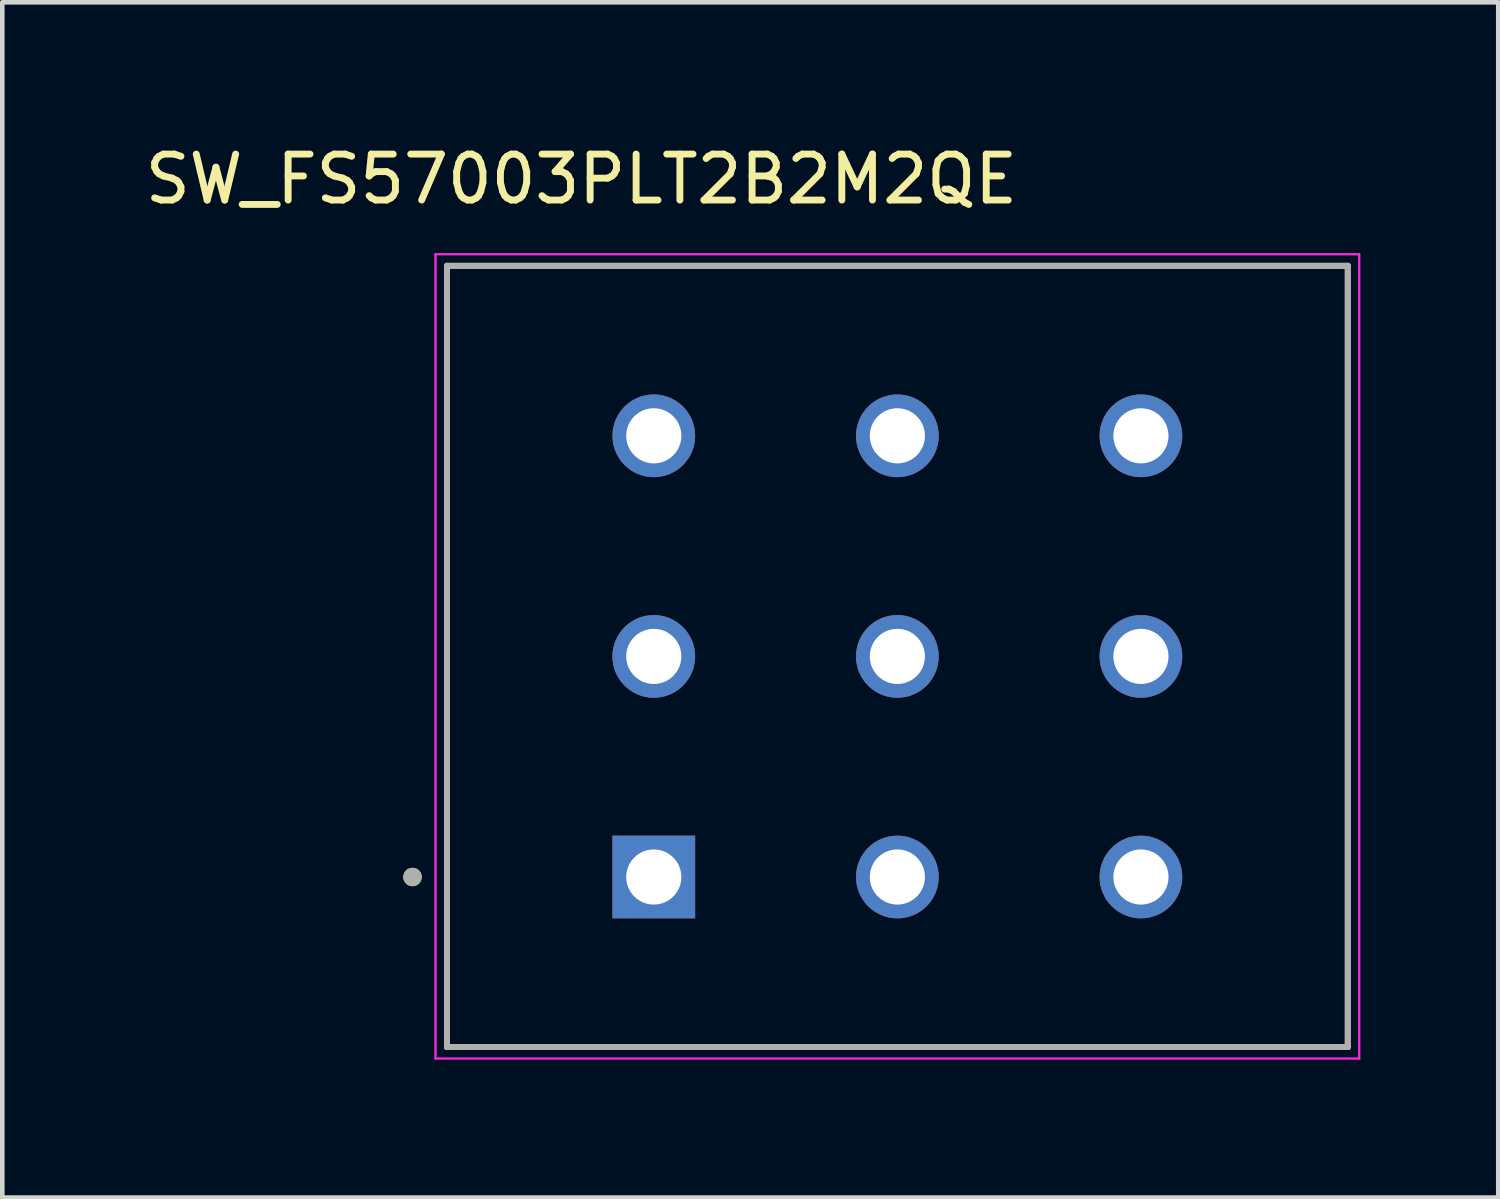
<source format=kicad_pcb>
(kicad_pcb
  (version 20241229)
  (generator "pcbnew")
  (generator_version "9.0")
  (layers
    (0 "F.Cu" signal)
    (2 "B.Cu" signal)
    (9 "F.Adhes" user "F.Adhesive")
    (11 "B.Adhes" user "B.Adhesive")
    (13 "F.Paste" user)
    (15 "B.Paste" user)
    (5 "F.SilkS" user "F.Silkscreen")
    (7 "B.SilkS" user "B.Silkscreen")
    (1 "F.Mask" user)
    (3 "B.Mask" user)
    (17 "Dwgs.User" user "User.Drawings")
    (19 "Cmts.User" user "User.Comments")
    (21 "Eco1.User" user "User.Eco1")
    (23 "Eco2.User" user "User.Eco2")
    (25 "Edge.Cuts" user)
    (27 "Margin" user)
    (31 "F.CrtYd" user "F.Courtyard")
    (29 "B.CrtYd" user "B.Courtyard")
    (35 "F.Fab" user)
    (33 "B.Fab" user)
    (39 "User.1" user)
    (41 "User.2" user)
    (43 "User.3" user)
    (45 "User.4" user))
  (footprint "SW_FS57003PLT2B2M2QE"
    (layer "F.Cu")
    (at 16.476 11.233)
    (property "Reference" "SW_FS57003PLT2B2M2QE" (at -6.875 -10.385 0) (layer "F.SilkS") (effects (font (size 1 1) (thickness 0.15))))
    (attr through_hole)
    (fp_line (start -9.8 -8.5) (end -9.8 8.5) (stroke (width 0.127) (type solid)) (layer "F.SilkS"))
    (fp_line (start -9.8 8.5) (end 9.8 8.5) (stroke (width 0.127) (type solid)) (layer "F.SilkS"))
    (fp_line (start 9.8 -8.5) (end -9.8 -8.5) (stroke (width 0.127) (type solid)) (layer "F.SilkS"))
    (fp_line (start 9.8 8.5) (end 9.8 -8.5) (stroke (width 0.127) (type solid)) (layer "F.SilkS"))
    (fp_circle (center -10.55 4.8) (end -10.45 4.8) (stroke (width 0.2) (type solid)) (fill no) (layer "F.SilkS"))
    (fp_line (start -10.05 -8.75) (end -10.05 8.75) (stroke (width 0.05) (type solid)) (layer "F.CrtYd"))
    (fp_line (start -10.05 8.75) (end 10.05 8.75) (stroke (width 0.05) (type solid)) (layer "F.CrtYd"))
    (fp_line (start 10.05 -8.75) (end -10.05 -8.75) (stroke (width 0.05) (type solid)) (layer "F.CrtYd"))
    (fp_line (start 10.05 8.75) (end 10.05 -8.75) (stroke (width 0.05) (type solid)) (layer "F.CrtYd"))
    (fp_line (start -9.8 -8.5) (end -9.8 8.5) (stroke (width 0.127) (type solid)) (layer "F.Fab"))
    (fp_line (start -9.8 8.5) (end 9.8 8.5) (stroke (width 0.127) (type solid)) (layer "F.Fab"))
    (fp_line (start 9.8 -8.5) (end -9.8 -8.5) (stroke (width 0.127) (type solid)) (layer "F.Fab"))
    (fp_line (start 9.8 8.5) (end 9.8 -8.5) (stroke (width 0.127) (type solid)) (layer "F.Fab"))
    (fp_circle (center -10.55 4.8) (end -10.45 4.8) (stroke (width 0.2) (type solid)) (fill no) (layer "F.Fab"))
    (pad "1" thru_hole rect (at -5.3 4.8) (size 1.8 1.8) (drill 1.2) (layers "*.Cu" "*.Mask"))
    (pad "2" thru_hole circle (at -5.3 0) (size 1.8 1.8) (drill 1.2) (layers "*.Cu" "*.Mask"))
    (pad "3" thru_hole circle (at -5.3 -4.8) (size 1.8 1.8) (drill 1.2) (layers "*.Cu" "*.Mask"))
    (pad "4" thru_hole circle (at 0 4.8) (size 1.8 1.8) (drill 1.2) (layers "*.Cu" "*.Mask"))
    (pad "5" thru_hole circle (at 0 0) (size 1.8 1.8) (drill 1.2) (layers "*.Cu" "*.Mask"))
    (pad "6" thru_hole circle (at 0 -4.8) (size 1.8 1.8) (drill 1.2) (layers "*.Cu" "*.Mask"))
    (pad "7" thru_hole circle (at 5.3 4.8) (size 1.8 1.8) (drill 1.2) (layers "*.Cu" "*.Mask"))
    (pad "8" thru_hole circle (at 5.3 0) (size 1.8 1.8) (drill 1.2) (layers "*.Cu" "*.Mask"))
    (pad "9" thru_hole circle (at 5.3 -4.8) (size 1.8 1.8) (drill 1.2) (layers "*.Cu" "*.Mask")))
  (gr_rect
    (start -3 -3)
    (end 29.551 23.008)
    (stroke (width 0.1) (type default))
    (fill no)
    (layer "Edge.Cuts")))
</source>
